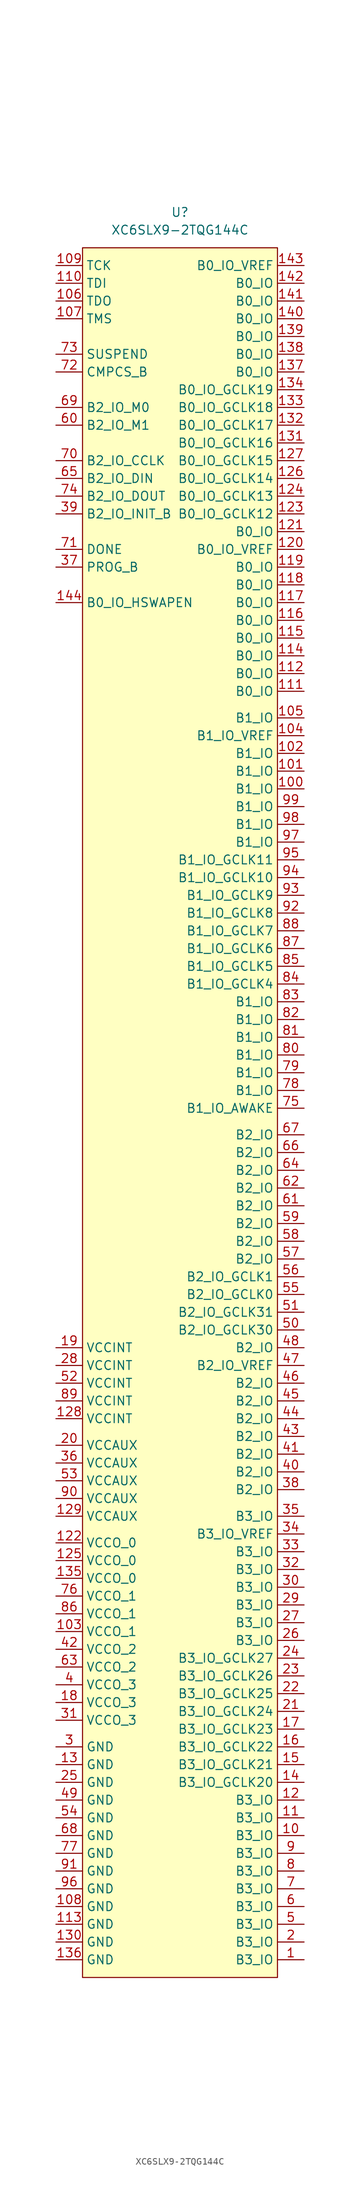
<source format=kicad_sym>
(kicad_symbol_lib
  (version 20231120)
  (generator "kicad_symbol_editor")
  (generator_version "8.0")
  (symbol "XC6SLX9-2TQG144C"
    (property "Reference" "U"
      (at 0 128.27 0)
      (effects (font (size 1.27 1.27))))
    (property "Value" "XC6SLX9-2TQG144C"
      (at 0 125.73 0)
      (effects (font (size 1.27 1.27))))
    (symbol "XC6SLX9-2TQG144C_0_1"
      (rectangle (start -13.97 123.19) (end 13.97 -124.46) (stroke (width 0) (type default)) (fill (type background))))
    (symbol "XC6SLX9-2TQG144C_1_1"
      (pin passive line (at 17.78 -121.92 180) (length 3.81) (name "B3_IO" (effects (font (size 1.27 1.27)))) (number "1" (effects (font (size 1.27 1.27)))))
      (pin passive line (at 17.78 -104.14 180) (length 3.81) (name "B3_IO" (effects (font (size 1.27 1.27)))) (number "10" (effects (font (size 1.27 1.27)))))
      (pin passive line (at 17.78 45.72 180) (length 3.81) (name "B1_IO" (effects (font (size 1.27 1.27)))) (number "100" (effects (font (size 1.27 1.27)))))
      (pin passive line (at 17.78 48.26 180) (length 3.81) (name "B1_IO" (effects (font (size 1.27 1.27)))) (number "101" (effects (font (size 1.27 1.27)))))
      (pin passive line (at 17.78 50.8 180) (length 3.81) (name "B1_IO" (effects (font (size 1.27 1.27)))) (number "102" (effects (font (size 1.27 1.27)))))
      (pin power_in line (at -17.78 -74.93 0) (length 3.81) (name "VCCO_1" (effects (font (size 1.27 1.27)))) (number "103" (effects (font (size 1.27 1.27)))))
      (pin passive line (at 17.78 53.34 180) (length 3.81) (name "B1_IO_VREF" (effects (font (size 1.27 1.27)))) (number "104" (effects (font (size 1.27 1.27)))))
      (pin passive line (at 17.78 55.88 180) (length 3.81) (name "B1_IO" (effects (font (size 1.27 1.27)))) (number "105" (effects (font (size 1.27 1.27)))))
      (pin output line (at -17.78 115.57 0) (length 3.81) (name "TDO" (effects (font (size 1.27 1.27)))) (number "106" (effects (font (size 1.27 1.27)))))
      (pin input line (at -17.78 113.03 0) (length 3.81) (name "TMS" (effects (font (size 1.27 1.27)))) (number "107" (effects (font (size 1.27 1.27)))))
      (pin power_in line (at -17.78 -114.3 0) (length 3.81) (name "GND" (effects (font (size 1.27 1.27)))) (number "108" (effects (font (size 1.27 1.27)))))
      (pin input line (at -17.78 120.65 0) (length 3.81) (name "TCK" (effects (font (size 1.27 1.27)))) (number "109" (effects (font (size 1.27 1.27)))))
      (pin passive line (at 17.78 -101.6 180) (length 3.81) (name "B3_IO" (effects (font (size 1.27 1.27)))) (number "11" (effects (font (size 1.27 1.27)))))
      (pin input line (at -17.78 118.11 0) (length 3.81) (name "TDI" (effects (font (size 1.27 1.27)))) (number "110" (effects (font (size 1.27 1.27)))))
      (pin passive line (at 17.78 59.69 180) (length 3.81) (name "B0_IO" (effects (font (size 1.27 1.27)))) (number "111" (effects (font (size 1.27 1.27)))))
      (pin passive line (at 17.78 62.23 180) (length 3.81) (name "B0_IO" (effects (font (size 1.27 1.27)))) (number "112" (effects (font (size 1.27 1.27)))))
      (pin power_in line (at -17.78 -116.84 0) (length 3.81) (name "GND" (effects (font (size 1.27 1.27)))) (number "113" (effects (font (size 1.27 1.27)))))
      (pin passive line (at 17.78 64.77 180) (length 3.81) (name "B0_IO" (effects (font (size 1.27 1.27)))) (number "114" (effects (font (size 1.27 1.27)))))
      (pin passive line (at 17.78 67.31 180) (length 3.81) (name "B0_IO" (effects (font (size 1.27 1.27)))) (number "115" (effects (font (size 1.27 1.27)))))
      (pin passive line (at 17.78 69.85 180) (length 3.81) (name "B0_IO" (effects (font (size 1.27 1.27)))) (number "116" (effects (font (size 1.27 1.27)))))
      (pin passive line (at 17.78 72.39 180) (length 3.81) (name "B0_IO" (effects (font (size 1.27 1.27)))) (number "117" (effects (font (size 1.27 1.27)))))
      (pin passive line (at 17.78 74.93 180) (length 3.81) (name "B0_IO" (effects (font (size 1.27 1.27)))) (number "118" (effects (font (size 1.27 1.27)))))
      (pin passive line (at 17.78 77.47 180) (length 3.81) (name "B0_IO" (effects (font (size 1.27 1.27)))) (number "119" (effects (font (size 1.27 1.27)))))
      (pin passive line (at 17.78 -99.06 180) (length 3.81) (name "B3_IO" (effects (font (size 1.27 1.27)))) (number "12" (effects (font (size 1.27 1.27)))))
      (pin passive line (at 17.78 80.01 180) (length 3.81) (name "B0_IO_VREF" (effects (font (size 1.27 1.27)))) (number "120" (effects (font (size 1.27 1.27)))))
      (pin passive line (at 17.78 82.55 180) (length 3.81) (name "B0_IO" (effects (font (size 1.27 1.27)))) (number "121" (effects (font (size 1.27 1.27)))))
      (pin power_in line (at -17.78 -62.23 0) (length 3.81) (name "VCCO_0" (effects (font (size 1.27 1.27)))) (number "122" (effects (font (size 1.27 1.27)))))
      (pin passive line (at 17.78 85.09 180) (length 3.81) (name "B0_IO_GCLK12" (effects (font (size 1.27 1.27)))) (number "123" (effects (font (size 1.27 1.27)))))
      (pin passive line (at 17.78 87.63 180) (length 3.81) (name "B0_IO_GCLK13" (effects (font (size 1.27 1.27)))) (number "124" (effects (font (size 1.27 1.27)))))
      (pin power_in line (at -17.78 -64.77 0) (length 3.81) (name "VCCO_0" (effects (font (size 1.27 1.27)))) (number "125" (effects (font (size 1.27 1.27)))))
      (pin passive line (at 17.78 90.17 180) (length 3.81) (name "B0_IO_GCLK14" (effects (font (size 1.27 1.27)))) (number "126" (effects (font (size 1.27 1.27)))))
      (pin passive line (at 17.78 92.71 180) (length 3.81) (name "B0_IO_GCLK15" (effects (font (size 1.27 1.27)))) (number "127" (effects (font (size 1.27 1.27)))))
      (pin power_in line (at -17.78 -44.45 0) (length 3.81) (name "VCCINT" (effects (font (size 1.27 1.27)))) (number "128" (effects (font (size 1.27 1.27)))))
      (pin power_in line (at -17.78 -58.42 0) (length 3.81) (name "VCCAUX" (effects (font (size 1.27 1.27)))) (number "129" (effects (font (size 1.27 1.27)))))
      (pin power_in line (at -17.78 -93.98 0) (length 3.81) (name "GND" (effects (font (size 1.27 1.27)))) (number "13" (effects (font (size 1.27 1.27)))))
      (pin power_in line (at -17.78 -119.38 0) (length 3.81) (name "GND" (effects (font (size 1.27 1.27)))) (number "130" (effects (font (size 1.27 1.27)))))
      (pin passive line (at 17.78 95.25 180) (length 3.81) (name "B0_IO_GCLK16" (effects (font (size 1.27 1.27)))) (number "131" (effects (font (size 1.27 1.27)))))
      (pin passive line (at 17.78 97.79 180) (length 3.81) (name "B0_IO_GCLK17" (effects (font (size 1.27 1.27)))) (number "132" (effects (font (size 1.27 1.27)))))
      (pin passive line (at 17.78 100.33 180) (length 3.81) (name "B0_IO_GCLK18" (effects (font (size 1.27 1.27)))) (number "133" (effects (font (size 1.27 1.27)))))
      (pin passive line (at 17.78 102.87 180) (length 3.81) (name "B0_IO_GCLK19" (effects (font (size 1.27 1.27)))) (number "134" (effects (font (size 1.27 1.27)))))
      (pin power_in line (at -17.78 -67.31 0) (length 3.81) (name "VCCO_0" (effects (font (size 1.27 1.27)))) (number "135" (effects (font (size 1.27 1.27)))))
      (pin power_in line (at -17.78 -121.92 0) (length 3.81) (name "GND" (effects (font (size 1.27 1.27)))) (number "136" (effects (font (size 1.27 1.27)))))
      (pin passive line (at 17.78 105.41 180) (length 3.81) (name "B0_IO" (effects (font (size 1.27 1.27)))) (number "137" (effects (font (size 1.27 1.27)))))
      (pin passive line (at 17.78 107.95 180) (length 3.81) (name "B0_IO" (effects (font (size 1.27 1.27)))) (number "138" (effects (font (size 1.27 1.27)))))
      (pin passive line (at 17.78 110.49 180) (length 3.81) (name "B0_IO" (effects (font (size 1.27 1.27)))) (number "139" (effects (font (size 1.27 1.27)))))
      (pin passive line (at 17.78 -96.52 180) (length 3.81) (name "B3_IO_GCLK20" (effects (font (size 1.27 1.27)))) (number "14" (effects (font (size 1.27 1.27)))))
      (pin passive line (at 17.78 113.03 180) (length 3.81) (name "B0_IO" (effects (font (size 1.27 1.27)))) (number "140" (effects (font (size 1.27 1.27)))))
      (pin passive line (at 17.78 115.57 180) (length 3.81) (name "B0_IO" (effects (font (size 1.27 1.27)))) (number "141" (effects (font (size 1.27 1.27)))))
      (pin passive line (at 17.78 118.11 180) (length 3.81) (name "B0_IO" (effects (font (size 1.27 1.27)))) (number "142" (effects (font (size 1.27 1.27)))))
      (pin passive line (at 17.78 120.65 180) (length 3.81) (name "B0_IO_VREF" (effects (font (size 1.27 1.27)))) (number "143" (effects (font (size 1.27 1.27)))))
      (pin passive line (at -17.78 72.39 0) (length 3.81) (name "B0_IO_HSWAPEN" (effects (font (size 1.27 1.27)))) (number "144" (effects (font (size 1.27 1.27)))))
      (pin passive line (at 17.78 -93.98 180) (length 3.81) (name "B3_IO_GCLK21" (effects (font (size 1.27 1.27)))) (number "15" (effects (font (size 1.27 1.27)))))
      (pin passive line (at 17.78 -91.44 180) (length 3.81) (name "B3_IO_GCLK22" (effects (font (size 1.27 1.27)))) (number "16" (effects (font (size 1.27 1.27)))))
      (pin passive line (at 17.78 -88.9 180) (length 3.81) (name "B3_IO_GCLK23" (effects (font (size 1.27 1.27)))) (number "17" (effects (font (size 1.27 1.27)))))
      (pin power_in line (at -17.78 -85.09 0) (length 3.81) (name "VCCO_3" (effects (font (size 1.27 1.27)))) (number "18" (effects (font (size 1.27 1.27)))))
      (pin power_in line (at -17.78 -34.29 0) (length 3.81) (name "VCCINT" (effects (font (size 1.27 1.27)))) (number "19" (effects (font (size 1.27 1.27)))))
      (pin passive line (at 17.78 -119.38 180) (length 3.81) (name "B3_IO" (effects (font (size 1.27 1.27)))) (number "2" (effects (font (size 1.27 1.27)))))
      (pin power_in line (at -17.78 -48.26 0) (length 3.81) (name "VCCAUX" (effects (font (size 1.27 1.27)))) (number "20" (effects (font (size 1.27 1.27)))))
      (pin passive line (at 17.78 -86.36 180) (length 3.81) (name "B3_IO_GCLK24" (effects (font (size 1.27 1.27)))) (number "21" (effects (font (size 1.27 1.27)))))
      (pin passive line (at 17.78 -83.82 180) (length 3.81) (name "B3_IO_GCLK25" (effects (font (size 1.27 1.27)))) (number "22" (effects (font (size 1.27 1.27)))))
      (pin passive line (at 17.78 -81.28 180) (length 3.81) (name "B3_IO_GCLK26" (effects (font (size 1.27 1.27)))) (number "23" (effects (font (size 1.27 1.27)))))
      (pin passive line (at 17.78 -78.74 180) (length 3.81) (name "B3_IO_GCLK27" (effects (font (size 1.27 1.27)))) (number "24" (effects (font (size 1.27 1.27)))))
      (pin power_in line (at -17.78 -96.52 0) (length 3.81) (name "GND" (effects (font (size 1.27 1.27)))) (number "25" (effects (font (size 1.27 1.27)))))
      (pin passive line (at 17.78 -76.2 180) (length 3.81) (name "B3_IO" (effects (font (size 1.27 1.27)))) (number "26" (effects (font (size 1.27 1.27)))))
      (pin passive line (at 17.78 -73.66 180) (length 3.81) (name "B3_IO" (effects (font (size 1.27 1.27)))) (number "27" (effects (font (size 1.27 1.27)))))
      (pin power_in line (at -17.78 -36.83 0) (length 3.81) (name "VCCINT" (effects (font (size 1.27 1.27)))) (number "28" (effects (font (size 1.27 1.27)))))
      (pin passive line (at 17.78 -71.12 180) (length 3.81) (name "B3_IO" (effects (font (size 1.27 1.27)))) (number "29" (effects (font (size 1.27 1.27)))))
      (pin power_in line (at -17.78 -91.44 0) (length 3.81) (name "GND" (effects (font (size 1.27 1.27)))) (number "3" (effects (font (size 1.27 1.27)))))
      (pin passive line (at 17.78 -68.58 180) (length 3.81) (name "B3_IO" (effects (font (size 1.27 1.27)))) (number "30" (effects (font (size 1.27 1.27)))))
      (pin power_in line (at -17.78 -87.63 0) (length 3.81) (name "VCCO_3" (effects (font (size 1.27 1.27)))) (number "31" (effects (font (size 1.27 1.27)))))
      (pin passive line (at 17.78 -66.04 180) (length 3.81) (name "B3_IO" (effects (font (size 1.27 1.27)))) (number "32" (effects (font (size 1.27 1.27)))))
      (pin passive line (at 17.78 -63.5 180) (length 3.81) (name "B3_IO" (effects (font (size 1.27 1.27)))) (number "33" (effects (font (size 1.27 1.27)))))
      (pin passive line (at 17.78 -60.96 180) (length 3.81) (name "B3_IO_VREF" (effects (font (size 1.27 1.27)))) (number "34" (effects (font (size 1.27 1.27)))))
      (pin passive line (at 17.78 -58.42 180) (length 3.81) (name "B3_IO" (effects (font (size 1.27 1.27)))) (number "35" (effects (font (size 1.27 1.27)))))
      (pin power_in line (at -17.78 -50.8 0) (length 3.81) (name "VCCAUX" (effects (font (size 1.27 1.27)))) (number "36" (effects (font (size 1.27 1.27)))))
      (pin input line (at -17.78 77.47 0) (length 3.81) (name "PROG_B" (effects (font (size 1.27 1.27)))) (number "37" (effects (font (size 1.27 1.27)))))
      (pin passive line (at 17.78 -54.61 180) (length 3.81) (name "B2_IO" (effects (font (size 1.27 1.27)))) (number "38" (effects (font (size 1.27 1.27)))))
      (pin passive line (at -17.78 85.09 0) (length 3.81) (name "B2_IO_INIT_B" (effects (font (size 1.27 1.27)))) (number "39" (effects (font (size 1.27 1.27)))))
      (pin power_in line (at -17.78 -82.55 0) (length 3.81) (name "VCCO_3" (effects (font (size 1.27 1.27)))) (number "4" (effects (font (size 1.27 1.27)))))
      (pin passive line (at 17.78 -52.07 180) (length 3.81) (name "B2_IO" (effects (font (size 1.27 1.27)))) (number "40" (effects (font (size 1.27 1.27)))))
      (pin passive line (at 17.78 -49.53 180) (length 3.81) (name "B2_IO" (effects (font (size 1.27 1.27)))) (number "41" (effects (font (size 1.27 1.27)))))
      (pin power_in line (at -17.78 -77.47 0) (length 3.81) (name "VCCO_2" (effects (font (size 1.27 1.27)))) (number "42" (effects (font (size 1.27 1.27)))))
      (pin passive line (at 17.78 -46.99 180) (length 3.81) (name "B2_IO" (effects (font (size 1.27 1.27)))) (number "43" (effects (font (size 1.27 1.27)))))
      (pin passive line (at 17.78 -44.45 180) (length 3.81) (name "B2_IO" (effects (font (size 1.27 1.27)))) (number "44" (effects (font (size 1.27 1.27)))))
      (pin passive line (at 17.78 -41.91 180) (length 3.81) (name "B2_IO" (effects (font (size 1.27 1.27)))) (number "45" (effects (font (size 1.27 1.27)))))
      (pin passive line (at 17.78 -39.37 180) (length 3.81) (name "B2_IO" (effects (font (size 1.27 1.27)))) (number "46" (effects (font (size 1.27 1.27)))))
      (pin passive line (at 17.78 -36.83 180) (length 3.81) (name "B2_IO_VREF" (effects (font (size 1.27 1.27)))) (number "47" (effects (font (size 1.27 1.27)))))
      (pin passive line (at 17.78 -34.29 180) (length 3.81) (name "B2_IO" (effects (font (size 1.27 1.27)))) (number "48" (effects (font (size 1.27 1.27)))))
      (pin power_in line (at -17.78 -99.06 0) (length 3.81) (name "GND" (effects (font (size 1.27 1.27)))) (number "49" (effects (font (size 1.27 1.27)))))
      (pin passive line (at 17.78 -116.84 180) (length 3.81) (name "B3_IO" (effects (font (size 1.27 1.27)))) (number "5" (effects (font (size 1.27 1.27)))))
      (pin passive line (at 17.78 -31.75 180) (length 3.81) (name "B2_IO_GCLK30" (effects (font (size 1.27 1.27)))) (number "50" (effects (font (size 1.27 1.27)))))
      (pin passive line (at 17.78 -29.21 180) (length 3.81) (name "B2_IO_GCLK31" (effects (font (size 1.27 1.27)))) (number "51" (effects (font (size 1.27 1.27)))))
      (pin power_in line (at -17.78 -39.37 0) (length 3.81) (name "VCCINT" (effects (font (size 1.27 1.27)))) (number "52" (effects (font (size 1.27 1.27)))))
      (pin power_in line (at -17.78 -53.34 0) (length 3.81) (name "VCCAUX" (effects (font (size 1.27 1.27)))) (number "53" (effects (font (size 1.27 1.27)))))
      (pin power_in line (at -17.78 -101.6 0) (length 3.81) (name "GND" (effects (font (size 1.27 1.27)))) (number "54" (effects (font (size 1.27 1.27)))))
      (pin passive line (at 17.78 -26.67 180) (length 3.81) (name "B2_IO_GCLK0" (effects (font (size 1.27 1.27)))) (number "55" (effects (font (size 1.27 1.27)))))
      (pin passive line (at 17.78 -24.13 180) (length 3.81) (name "B2_IO_GCLK1" (effects (font (size 1.27 1.27)))) (number "56" (effects (font (size 1.27 1.27)))))
      (pin passive line (at 17.78 -21.59 180) (length 3.81) (name "B2_IO" (effects (font (size 1.27 1.27)))) (number "57" (effects (font (size 1.27 1.27)))))
      (pin passive line (at 17.78 -19.05 180) (length 3.81) (name "B2_IO" (effects (font (size 1.27 1.27)))) (number "58" (effects (font (size 1.27 1.27)))))
      (pin passive line (at 17.78 -16.51 180) (length 3.81) (name "B2_IO" (effects (font (size 1.27 1.27)))) (number "59" (effects (font (size 1.27 1.27)))))
      (pin passive line (at 17.78 -114.3 180) (length 3.81) (name "B3_IO" (effects (font (size 1.27 1.27)))) (number "6" (effects (font (size 1.27 1.27)))))
      (pin passive line (at -17.78 97.79 0) (length 3.81) (name "B2_IO_M1" (effects (font (size 1.27 1.27)))) (number "60" (effects (font (size 1.27 1.27)))))
      (pin passive line (at 17.78 -13.97 180) (length 3.81) (name "B2_IO" (effects (font (size 1.27 1.27)))) (number "61" (effects (font (size 1.27 1.27)))))
      (pin passive line (at 17.78 -11.43 180) (length 3.81) (name "B2_IO" (effects (font (size 1.27 1.27)))) (number "62" (effects (font (size 1.27 1.27)))))
      (pin power_in line (at -17.78 -80.01 0) (length 3.81) (name "VCCO_2" (effects (font (size 1.27 1.27)))) (number "63" (effects (font (size 1.27 1.27)))))
      (pin passive line (at 17.78 -8.89 180) (length 3.81) (name "B2_IO" (effects (font (size 1.27 1.27)))) (number "64" (effects (font (size 1.27 1.27)))))
      (pin passive line (at -17.78 90.17 0) (length 3.81) (name "B2_IO_DIN" (effects (font (size 1.27 1.27)))) (number "65" (effects (font (size 1.27 1.27)))))
      (pin passive line (at 17.78 -6.35 180) (length 3.81) (name "B2_IO" (effects (font (size 1.27 1.27)))) (number "66" (effects (font (size 1.27 1.27)))))
      (pin passive line (at 17.78 -3.81 180) (length 3.81) (name "B2_IO" (effects (font (size 1.27 1.27)))) (number "67" (effects (font (size 1.27 1.27)))))
      (pin power_in line (at -17.78 -104.14 0) (length 3.81) (name "GND" (effects (font (size 1.27 1.27)))) (number "68" (effects (font (size 1.27 1.27)))))
      (pin passive line (at -17.78 100.33 0) (length 3.81) (name "B2_IO_M0" (effects (font (size 1.27 1.27)))) (number "69" (effects (font (size 1.27 1.27)))))
      (pin passive line (at 17.78 -111.76 180) (length 3.81) (name "B3_IO" (effects (font (size 1.27 1.27)))) (number "7" (effects (font (size 1.27 1.27)))))
      (pin passive line (at -17.78 92.71 0) (length 3.81) (name "B2_IO_CCLK" (effects (font (size 1.27 1.27)))) (number "70" (effects (font (size 1.27 1.27)))))
      (pin output line (at -17.78 80.01 0) (length 3.81) (name "DONE" (effects (font (size 1.27 1.27)))) (number "71" (effects (font (size 1.27 1.27)))))
      (pin input line (at -17.78 105.41 0) (length 3.81) (name "CMPCS_B" (effects (font (size 1.27 1.27)))) (number "72" (effects (font (size 1.27 1.27)))))
      (pin input line (at -17.78 107.95 0) (length 3.81) (name "SUSPEND" (effects (font (size 1.27 1.27)))) (number "73" (effects (font (size 1.27 1.27)))))
      (pin passive line (at -17.78 87.63 0) (length 3.81) (name "B2_IO_DOUT" (effects (font (size 1.27 1.27)))) (number "74" (effects (font (size 1.27 1.27)))))
      (pin passive line (at 17.78 0 180) (length 3.81) (name "B1_IO_AWAKE" (effects (font (size 1.27 1.27)))) (number "75" (effects (font (size 1.27 1.27)))))
      (pin power_in line (at -17.78 -69.85 0) (length 3.81) (name "VCCO_1" (effects (font (size 1.27 1.27)))) (number "76" (effects (font (size 1.27 1.27)))))
      (pin power_in line (at -17.78 -106.68 0) (length 3.81) (name "GND" (effects (font (size 1.27 1.27)))) (number "77" (effects (font (size 1.27 1.27)))))
      (pin passive line (at 17.78 2.54 180) (length 3.81) (name "B1_IO" (effects (font (size 1.27 1.27)))) (number "78" (effects (font (size 1.27 1.27)))))
      (pin passive line (at 17.78 5.08 180) (length 3.81) (name "B1_IO" (effects (font (size 1.27 1.27)))) (number "79" (effects (font (size 1.27 1.27)))))
      (pin passive line (at 17.78 -109.22 180) (length 3.81) (name "B3_IO" (effects (font (size 1.27 1.27)))) (number "8" (effects (font (size 1.27 1.27)))))
      (pin passive line (at 17.78 7.62 180) (length 3.81) (name "B1_IO" (effects (font (size 1.27 1.27)))) (number "80" (effects (font (size 1.27 1.27)))))
      (pin passive line (at 17.78 10.16 180) (length 3.81) (name "B1_IO" (effects (font (size 1.27 1.27)))) (number "81" (effects (font (size 1.27 1.27)))))
      (pin passive line (at 17.78 12.7 180) (length 3.81) (name "B1_IO" (effects (font (size 1.27 1.27)))) (number "82" (effects (font (size 1.27 1.27)))))
      (pin passive line (at 17.78 15.24 180) (length 3.81) (name "B1_IO" (effects (font (size 1.27 1.27)))) (number "83" (effects (font (size 1.27 1.27)))))
      (pin passive line (at 17.78 17.78 180) (length 3.81) (name "B1_IO_GCLK4" (effects (font (size 1.27 1.27)))) (number "84" (effects (font (size 1.27 1.27)))))
      (pin passive line (at 17.78 20.32 180) (length 3.81) (name "B1_IO_GCLK5" (effects (font (size 1.27 1.27)))) (number "85" (effects (font (size 1.27 1.27)))))
      (pin power_in line (at -17.78 -72.39 0) (length 3.81) (name "VCCO_1" (effects (font (size 1.27 1.27)))) (number "86" (effects (font (size 1.27 1.27)))))
      (pin passive line (at 17.78 22.86 180) (length 3.81) (name "B1_IO_GCLK6" (effects (font (size 1.27 1.27)))) (number "87" (effects (font (size 1.27 1.27)))))
      (pin passive line (at 17.78 25.4 180) (length 3.81) (name "B1_IO_GCLK7" (effects (font (size 1.27 1.27)))) (number "88" (effects (font (size 1.27 1.27)))))
      (pin power_in line (at -17.78 -41.91 0) (length 3.81) (name "VCCINT" (effects (font (size 1.27 1.27)))) (number "89" (effects (font (size 1.27 1.27)))))
      (pin passive line (at 17.78 -106.68 180) (length 3.81) (name "B3_IO" (effects (font (size 1.27 1.27)))) (number "9" (effects (font (size 1.27 1.27)))))
      (pin power_in line (at -17.78 -55.88 0) (length 3.81) (name "VCCAUX" (effects (font (size 1.27 1.27)))) (number "90" (effects (font (size 1.27 1.27)))))
      (pin power_in line (at -17.78 -109.22 0) (length 3.81) (name "GND" (effects (font (size 1.27 1.27)))) (number "91" (effects (font (size 1.27 1.27)))))
      (pin passive line (at 17.78 27.94 180) (length 3.81) (name "B1_IO_GCLK8" (effects (font (size 1.27 1.27)))) (number "92" (effects (font (size 1.27 1.27)))))
      (pin passive line (at 17.78 30.48 180) (length 3.81) (name "B1_IO_GCLK9" (effects (font (size 1.27 1.27)))) (number "93" (effects (font (size 1.27 1.27)))))
      (pin passive line (at 17.78 33.02 180) (length 3.81) (name "B1_IO_GCLK10" (effects (font (size 1.27 1.27)))) (number "94" (effects (font (size 1.27 1.27)))))
      (pin passive line (at 17.78 35.56 180) (length 3.81) (name "B1_IO_GCLK11" (effects (font (size 1.27 1.27)))) (number "95" (effects (font (size 1.27 1.27)))))
      (pin power_in line (at -17.78 -111.76 0) (length 3.81) (name "GND" (effects (font (size 1.27 1.27)))) (number "96" (effects (font (size 1.27 1.27)))))
      (pin passive line (at 17.78 38.1 180) (length 3.81) (name "B1_IO" (effects (font (size 1.27 1.27)))) (number "97" (effects (font (size 1.27 1.27)))))
      (pin passive line (at 17.78 40.64 180) (length 3.81) (name "B1_IO" (effects (font (size 1.27 1.27)))) (number "98" (effects (font (size 1.27 1.27)))))
      (pin passive line (at 17.78 43.18 180) (length 3.81) (name "B1_IO" (effects (font (size 1.27 1.27)))) (number "99" (effects (font (size 1.27 1.27))))))))
</source>
